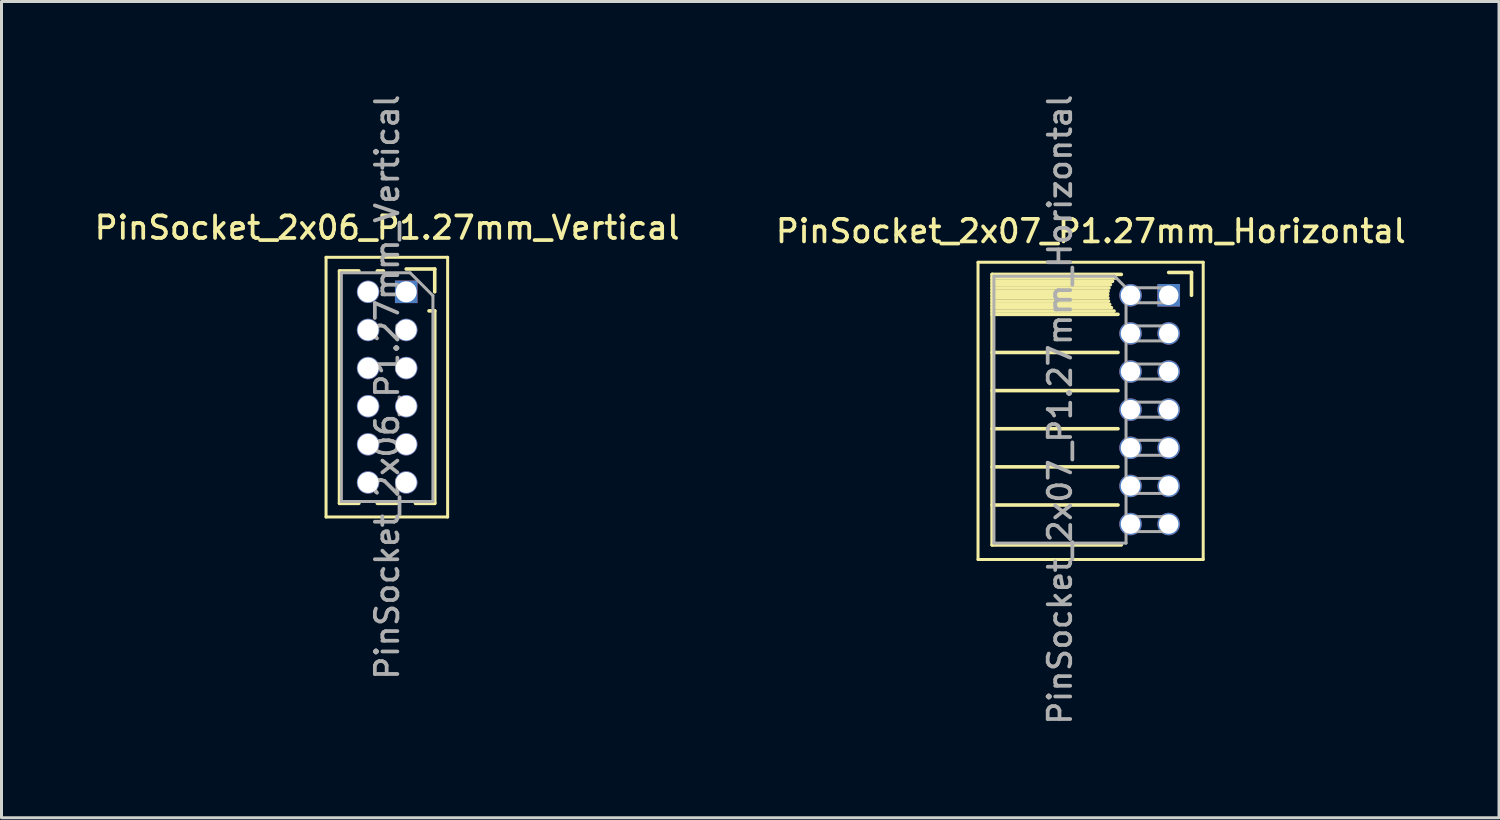
<source format=kicad_pcb>
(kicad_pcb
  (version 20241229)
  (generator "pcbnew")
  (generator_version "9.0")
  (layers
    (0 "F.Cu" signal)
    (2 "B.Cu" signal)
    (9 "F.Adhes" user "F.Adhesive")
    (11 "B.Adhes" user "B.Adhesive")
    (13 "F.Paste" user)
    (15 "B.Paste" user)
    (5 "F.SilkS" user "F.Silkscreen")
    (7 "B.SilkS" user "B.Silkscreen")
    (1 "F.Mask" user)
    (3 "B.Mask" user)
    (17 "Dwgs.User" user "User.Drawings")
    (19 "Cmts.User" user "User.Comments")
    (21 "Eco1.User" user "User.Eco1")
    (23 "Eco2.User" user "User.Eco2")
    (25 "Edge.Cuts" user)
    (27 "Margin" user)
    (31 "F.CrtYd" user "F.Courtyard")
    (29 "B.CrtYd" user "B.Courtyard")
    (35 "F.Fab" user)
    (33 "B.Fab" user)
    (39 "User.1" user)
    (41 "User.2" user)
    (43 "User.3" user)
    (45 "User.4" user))
  (footprint "PinSocket_2x06_P1.27mm_Vertical"
    (layer "F.Cu")
    (at 10.48 6.67)
    (property "Reference" "PinSocket_2x06_P1.27mm_Vertical" (at -0.635 -2.135 0) (layer "F.SilkS") (effects (font (size 0.75 0.75) (thickness 0.125))))
    (attr through_hole)
    (fp_line (start -2.67 -1.15) (end 1.38 -1.15) (stroke (width 0.1) (type solid)) (layer "F.SilkS"))
    (fp_line (start -2.67 7.5) (end -2.67 -1.15) (stroke (width 0.1) (type solid)) (layer "F.SilkS"))
    (fp_line (start -2.22 -0.695) (end -2.22 7.045) (stroke (width 0.12) (type solid)) (layer "F.SilkS"))
    (fp_line (start -2.22 -0.695) (end -1.578 -0.695) (stroke (width 0.12) (type solid)) (layer "F.SilkS"))
    (fp_line (start -2.22 7.045) (end -1.578 7.045) (stroke (width 0.12) (type solid)) (layer "F.SilkS"))
    (fp_line (start -0.962 -0.695) (end -0.76 -0.695) (stroke (width 0.12) (type solid)) (layer "F.SilkS"))
    (fp_line (start -0.962 7.045) (end -0.308 7.045) (stroke (width 0.12) (type solid)) (layer "F.SilkS"))
    (fp_line (start 0 -0.76) (end 0.95 -0.76) (stroke (width 0.12) (type solid)) (layer "F.SilkS"))
    (fp_line (start 0.308 7.045) (end 0.95 7.045) (stroke (width 0.12) (type solid)) (layer "F.SilkS"))
    (fp_line (start 0.76 0.635) (end 0.95 0.635) (stroke (width 0.12) (type solid)) (layer "F.SilkS"))
    (fp_line (start 0.95 -0.76) (end 0.95 0) (stroke (width 0.12) (type solid)) (layer "F.SilkS"))
    (fp_line (start 0.95 0.635) (end 0.95 7.045) (stroke (width 0.12) (type solid)) (layer "F.SilkS"))
    (fp_line (start 1.38 -1.15) (end 1.38 7.5) (stroke (width 0.1) (type solid)) (layer "F.SilkS"))
    (fp_line (start 1.38 7.5) (end -2.67 7.5) (stroke (width 0.1) (type solid)) (layer "F.SilkS"))
    (fp_line (start -2.16 -0.635) (end 0.128 -0.635) (stroke (width 0.1) (type solid)) (layer "F.Fab"))
    (fp_line (start -2.16 6.985) (end -2.16 -0.635) (stroke (width 0.1) (type solid)) (layer "F.Fab"))
    (fp_line (start 0.128 -0.635) (end 0.89 0.128) (stroke (width 0.1) (type solid)) (layer "F.Fab"))
    (fp_line (start 0.89 0.128) (end 0.89 6.985) (stroke (width 0.1) (type solid)) (layer "F.Fab"))
    (fp_line (start 0.89 6.985) (end -2.16 6.985) (stroke (width 0.1) (type solid)) (layer "F.Fab"))
    (fp_text user "${REFERENCE}" (at -0.635 3.175 90) (layer "F.Fab") (effects (font (size 0.75 0.75) (thickness 0.125))))
    (pad "1" thru_hole rect (at 0 0) (size 0.75 0.75) (drill 0.7) (layers "*.Cu" "*.Mask"))
    (pad "2" thru_hole oval (at -1.27 0) (size 0.75 0.75) (drill 0.7) (layers "*.Cu" "*.Mask"))
    (pad "3" thru_hole oval (at 0 1.27) (size 0.75 0.75) (drill 0.7) (layers "*.Cu" "*.Mask"))
    (pad "4" thru_hole oval (at -1.27 1.27) (size 0.75 0.75) (drill 0.7) (layers "*.Cu" "*.Mask"))
    (pad "5" thru_hole oval (at 0 2.54) (size 0.75 0.75) (drill 0.7) (layers "*.Cu" "*.Mask"))
    (pad "6" thru_hole oval (at -1.27 2.54) (size 0.75 0.75) (drill 0.7) (layers "*.Cu" "*.Mask"))
    (pad "7" thru_hole oval (at 0 3.81) (size 0.75 0.75) (drill 0.7) (layers "*.Cu" "*.Mask"))
    (pad "8" thru_hole oval (at -1.27 3.81) (size 0.75 0.75) (drill 0.7) (layers "*.Cu" "*.Mask"))
    (pad "9" thru_hole oval (at 0 5.08) (size 0.75 0.75) (drill 0.7) (layers "*.Cu" "*.Mask"))
    (pad "10" thru_hole oval (at -1.27 5.08) (size 0.75 0.75) (drill 0.7) (layers "*.Cu" "*.Mask"))
    (pad "11" thru_hole oval (at 0 6.35) (size 0.75 0.75) (drill 0.7) (layers "*.Cu" "*.Mask"))
    (pad "12" thru_hole oval (at -1.27 6.35) (size 0.75 0.75) (drill 0.7) (layers "*.Cu" "*.Mask")))
  (footprint "PinSocket_2x07_P1.27mm_Horizontal"
    (layer "F.Cu")
    (at 35.876 6.785)
    (property "Reference" "PinSocket_2x07_P1.27mm_Horizontal" (at -2.592 -2.135 0) (layer "F.SilkS") (effects (font (size 0.75 0.75) (thickness 0.125))))
    (attr through_hole)
    (fp_line (start -6.35 -1.1) (end -6.35 8.8) (stroke (width 0.1) (type solid)) (layer "F.SilkS"))
    (fp_line (start -6.35 8.8) (end 1.15 8.8) (stroke (width 0.1) (type solid)) (layer "F.SilkS"))
    (fp_line (start -5.88 -0.695) (end -5.88 8.315) (stroke (width 0.12) (type solid)) (layer "F.SilkS"))
    (fp_line (start -5.88 -0.695) (end -1.578 -0.695) (stroke (width 0.12) (type solid)) (layer "F.SilkS"))
    (fp_line (start -5.88 -0.575) (end -1.767 -0.575) (stroke (width 0.12) (type solid)) (layer "F.SilkS"))
    (fp_line (start -5.88 -0.465) (end -1.871 -0.465) (stroke (width 0.12) (type solid)) (layer "F.SilkS"))
    (fp_line (start -5.88 -0.355) (end -1.942 -0.355) (stroke (width 0.12) (type solid)) (layer "F.SilkS"))
    (fp_line (start -5.88 -0.245) (end -1.989 -0.245) (stroke (width 0.12) (type solid)) (layer "F.SilkS"))
    (fp_line (start -5.88 -0.135) (end -2.018 -0.135) (stroke (width 0.12) (type solid)) (layer "F.SilkS"))
    (fp_line (start -5.88 -0.025) (end -2.03 -0.025) (stroke (width 0.12) (type solid)) (layer "F.SilkS"))
    (fp_line (start -5.88 0.085) (end -2.025 0.085) (stroke (width 0.12) (type solid)) (layer "F.SilkS"))
    (fp_line (start -5.88 0.195) (end -2.005 0.195) (stroke (width 0.12) (type solid)) (layer "F.SilkS"))
    (fp_line (start -5.88 0.305) (end -1.966 0.305) (stroke (width 0.12) (type solid)) (layer "F.SilkS"))
    (fp_line (start -5.88 0.415) (end -1.907 0.415) (stroke (width 0.12) (type solid)) (layer "F.SilkS"))
    (fp_line (start -5.88 0.525) (end -1.82 0.525) (stroke (width 0.12) (type solid)) (layer "F.SilkS"))
    (fp_line (start -5.88 0.635) (end -1.688 0.635) (stroke (width 0.12) (type solid)) (layer "F.SilkS"))
    (fp_line (start -5.88 1.905) (end -1.688 1.905) (stroke (width 0.12) (type solid)) (layer "F.SilkS"))
    (fp_line (start -5.88 3.175) (end -1.688 3.175) (stroke (width 0.12) (type solid)) (layer "F.SilkS"))
    (fp_line (start -5.88 4.445) (end -1.688 4.445) (stroke (width 0.12) (type solid)) (layer "F.SilkS"))
    (fp_line (start -5.88 5.715) (end -1.688 5.715) (stroke (width 0.12) (type solid)) (layer "F.SilkS"))
    (fp_line (start -5.88 6.985) (end -1.688 6.985) (stroke (width 0.12) (type solid)) (layer "F.SilkS"))
    (fp_line (start -5.88 8.315) (end -1.578 8.315) (stroke (width 0.12) (type solid)) (layer "F.SilkS"))
    (fp_line (start 0 -0.76) (end 0.76 -0.76) (stroke (width 0.12) (type solid)) (layer "F.SilkS"))
    (fp_line (start 0.76 -0.76) (end 0.76 0) (stroke (width 0.12) (type solid)) (layer "F.SilkS"))
    (fp_line (start 1.15 -1.1) (end -6.35 -1.1) (stroke (width 0.1) (type solid)) (layer "F.SilkS"))
    (fp_line (start 1.15 8.8) (end 1.15 -1.1) (stroke (width 0.1) (type solid)) (layer "F.SilkS"))
    (fp_line (start -5.82 -0.635) (end -1.805 -0.635) (stroke (width 0.1) (type solid)) (layer "F.Fab"))
    (fp_line (start -5.82 8.255) (end -5.82 -0.635) (stroke (width 0.1) (type solid)) (layer "F.Fab"))
    (fp_line (start -1.805 -0.635) (end -1.42 -0.25) (stroke (width 0.1) (type solid)) (layer "F.Fab"))
    (fp_line (start -1.42 -0.25) (end -1.42 8.255) (stroke (width 0.1) (type solid)) (layer "F.Fab"))
    (fp_line (start -1.42 0.25) (end 0 0.25) (stroke (width 0.1) (type solid)) (layer "F.Fab"))
    (fp_line (start -1.42 1.52) (end 0 1.52) (stroke (width 0.1) (type solid)) (layer "F.Fab"))
    (fp_line (start -1.42 2.79) (end 0 2.79) (stroke (width 0.1) (type solid)) (layer "F.Fab"))
    (fp_line (start -1.42 4.06) (end 0 4.06) (stroke (width 0.1) (type solid)) (layer "F.Fab"))
    (fp_line (start -1.42 5.33) (end 0 5.33) (stroke (width 0.1) (type solid)) (layer "F.Fab"))
    (fp_line (start -1.42 6.6) (end 0 6.6) (stroke (width 0.1) (type solid)) (layer "F.Fab"))
    (fp_line (start -1.42 7.87) (end 0 7.87) (stroke (width 0.1) (type solid)) (layer "F.Fab"))
    (fp_line (start -1.42 8.255) (end -5.82 8.255) (stroke (width 0.1) (type solid)) (layer "F.Fab"))
    (fp_line (start 0 -0.25) (end -1.42 -0.25) (stroke (width 0.1) (type solid)) (layer "F.Fab"))
    (fp_line (start 0 0.25) (end 0 -0.25) (stroke (width 0.1) (type solid)) (layer "F.Fab"))
    (fp_line (start 0 1.02) (end -1.42 1.02) (stroke (width 0.1) (type solid)) (layer "F.Fab"))
    (fp_line (start 0 1.52) (end 0 1.02) (stroke (width 0.1) (type solid)) (layer "F.Fab"))
    (fp_line (start 0 2.29) (end -1.42 2.29) (stroke (width 0.1) (type solid)) (layer "F.Fab"))
    (fp_line (start 0 2.79) (end 0 2.29) (stroke (width 0.1) (type solid)) (layer "F.Fab"))
    (fp_line (start 0 3.56) (end -1.42 3.56) (stroke (width 0.1) (type solid)) (layer "F.Fab"))
    (fp_line (start 0 4.06) (end 0 3.56) (stroke (width 0.1) (type solid)) (layer "F.Fab"))
    (fp_line (start 0 4.83) (end -1.42 4.83) (stroke (width 0.1) (type solid)) (layer "F.Fab"))
    (fp_line (start 0 5.33) (end 0 4.83) (stroke (width 0.1) (type solid)) (layer "F.Fab"))
    (fp_line (start 0 6.1) (end -1.42 6.1) (stroke (width 0.1) (type solid)) (layer "F.Fab"))
    (fp_line (start 0 6.6) (end 0 6.1) (stroke (width 0.1) (type solid)) (layer "F.Fab"))
    (fp_line (start 0 7.37) (end -1.42 7.37) (stroke (width 0.1) (type solid)) (layer "F.Fab"))
    (fp_line (start 0 7.87) (end 0 7.37) (stroke (width 0.1) (type solid)) (layer "F.Fab"))
    (fp_text user "${REFERENCE}" (at -3.62 3.81 90) (layer "F.Fab") (effects (font (size 0.75 0.75) (thickness 0.125))))
    (pad "1" thru_hole rect (at 0 0) (size 0.75 0.75) (drill 0.65) (layers "*.Cu" "*.Mask"))
    (pad "2" thru_hole oval (at -1.27 0) (size 0.75 0.75) (drill 0.65) (layers "*.Cu" "*.Mask"))
    (pad "3" thru_hole oval (at 0 1.27) (size 0.75 0.75) (drill 0.65) (layers "*.Cu" "*.Mask"))
    (pad "4" thru_hole oval (at -1.27 1.27) (size 0.75 0.75) (drill 0.65) (layers "*.Cu" "*.Mask"))
    (pad "5" thru_hole oval (at 0 2.54) (size 0.75 0.75) (drill 0.65) (layers "*.Cu" "*.Mask"))
    (pad "6" thru_hole oval (at -1.27 2.54) (size 0.75 0.75) (drill 0.65) (layers "*.Cu" "*.Mask"))
    (pad "7" thru_hole oval (at 0 3.81) (size 0.75 0.75) (drill 0.65) (layers "*.Cu" "*.Mask"))
    (pad "8" thru_hole oval (at -1.27 3.81) (size 0.75 0.75) (drill 0.65) (layers "*.Cu" "*.Mask"))
    (pad "9" thru_hole oval (at 0 5.08) (size 0.75 0.75) (drill 0.65) (layers "*.Cu" "*.Mask"))
    (pad "10" thru_hole oval (at -1.27 5.08) (size 0.75 0.75) (drill 0.65) (layers "*.Cu" "*.Mask"))
    (pad "11" thru_hole oval (at 0 6.35) (size 0.75 0.75) (drill 0.65) (layers "*.Cu" "*.Mask"))
    (pad "12" thru_hole oval (at -1.27 6.35) (size 0.75 0.75) (drill 0.65) (layers "*.Cu" "*.Mask"))
    (pad "13" thru_hole oval (at 0 7.62) (size 0.75 0.75) (drill 0.65) (layers "*.Cu" "*.Mask"))
    (pad "14" thru_hole oval (at -1.27 7.62) (size 0.75 0.75) (drill 0.65) (layers "*.Cu" "*.Mask")))
  (gr_rect
    (start -3 -3)
    (end 46.879 24.189)
    (stroke (width 0.1) (type default))
    (fill no)
    (layer "Edge.Cuts")))
</source>
